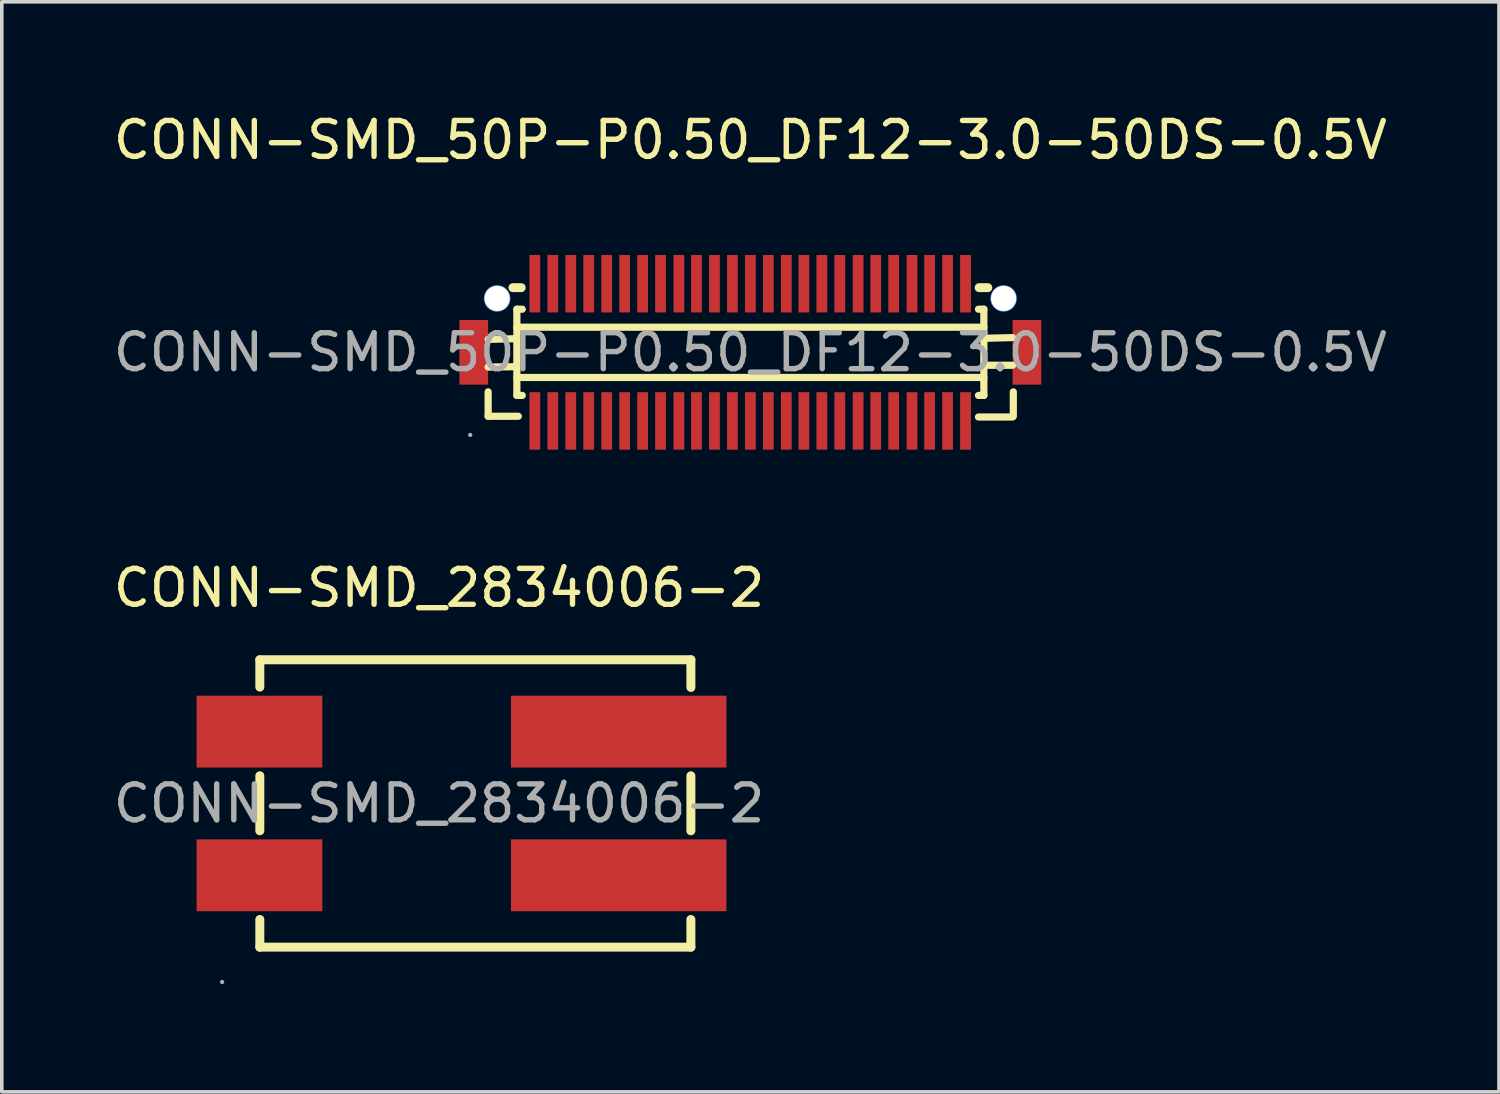
<source format=kicad_pcb>
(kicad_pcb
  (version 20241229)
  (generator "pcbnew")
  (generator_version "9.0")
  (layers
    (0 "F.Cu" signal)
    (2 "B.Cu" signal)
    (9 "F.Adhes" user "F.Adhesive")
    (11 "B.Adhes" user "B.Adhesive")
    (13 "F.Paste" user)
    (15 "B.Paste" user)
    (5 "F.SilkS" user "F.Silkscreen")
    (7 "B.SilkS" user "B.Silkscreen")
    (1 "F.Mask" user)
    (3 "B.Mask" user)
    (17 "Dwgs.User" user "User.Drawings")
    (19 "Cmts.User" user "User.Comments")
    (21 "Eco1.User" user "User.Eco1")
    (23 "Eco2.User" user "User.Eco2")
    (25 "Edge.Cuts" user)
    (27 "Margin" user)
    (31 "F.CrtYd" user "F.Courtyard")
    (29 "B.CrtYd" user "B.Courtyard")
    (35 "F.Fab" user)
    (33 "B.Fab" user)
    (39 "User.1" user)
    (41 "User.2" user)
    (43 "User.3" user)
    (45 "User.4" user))
  (footprint "CONN-SMD_2834006-2"
    (layer "F.Cu")
    (at 9.173 19.317)
    (property "Reference" "CONN-SMD_2834006-2" (at 0 -6 0) (layer "F.SilkS") (effects (font (size 1 1) (thickness 0.15))))
    (attr through_hole)
    (fp_line (start -4.99 -4) (end 7.01 -4) (stroke (width 0.25) (type solid)) (layer "F.SilkS"))
    (fp_line (start -4.99 -3.24) (end -4.99 -4) (stroke (width 0.25) (type solid)) (layer "F.SilkS"))
    (fp_line (start -4.99 0.76) (end -4.99 -0.77) (stroke (width 0.25) (type solid)) (layer "F.SilkS"))
    (fp_line (start -4.99 4) (end -4.99 3.23) (stroke (width 0.25) (type solid)) (layer "F.SilkS"))
    (fp_line (start 7.01 -4) (end 7.01 -3.23) (stroke (width 0.25) (type solid)) (layer "F.SilkS"))
    (fp_line (start 7.01 -0.77) (end 7.01 0.76) (stroke (width 0.25) (type solid)) (layer "F.SilkS"))
    (fp_line (start 7.01 3.23) (end 7.01 4) (stroke (width 0.25) (type solid)) (layer "F.SilkS"))
    (fp_line (start 7.01 4) (end -4.99 4) (stroke (width 0.25) (type solid)) (layer "F.SilkS"))
    (fp_circle (center -6.04 4.97) (end -6.01 4.97) (stroke (width 0.06) (type solid)) (fill no) (layer "F.Fab"))
    (fp_text user "${REFERENCE}" (at 0 0 0) (layer "F.Fab") (effects (font (size 1 1) (thickness 0.15))))
    (pad "1" smd rect (at -5 2 270) (size 2 3.5) (layers "F.Cu" "F.Mask" "F.Paste"))
    (pad "1" smd rect (at 5 2 270) (size 2 6) (layers "F.Cu" "F.Mask" "F.Paste"))
    (pad "2" smd rect (at -5 -2 270) (size 2 3.5) (layers "F.Cu" "F.Mask" "F.Paste"))
    (pad "2" smd rect (at 5 -2 270) (size 2 6) (layers "F.Cu" "F.Mask" "F.Paste")))
  (footprint "CONN-SMD_50P-P0.50_DF12-3.0-50DS-0.5V"
    (layer "F.Cu")
    (at 17.839 6.758)
    (property "Reference" "CONN-SMD_50P-P0.50_DF12-3.0-50DS-0.5V" (at 0 -5.91 0) (layer "F.SilkS") (effects (font (size 1 1) (thickness 0.15))))
    (attr through_hole)
    (fp_line (start -7.3 1.78) (end -7.3 1.1) (stroke (width 0.2) (type solid)) (layer "F.SilkS"))
    (fp_line (start -7.3 1.78) (end -6.46 1.78) (stroke (width 0.2) (type solid)) (layer "F.SilkS"))
    (fp_line (start -6.61 -1.8) (end -6.38 -1.8) (stroke (width 0.25) (type solid)) (layer "F.SilkS"))
    (fp_line (start -6.5 -1.2) (end -6.35 -1.2) (stroke (width 0.2) (type solid)) (layer "F.SilkS"))
    (fp_line (start -6.5 -0.7) (end 6.5 -0.7) (stroke (width 0.2) (type solid)) (layer "F.SilkS"))
    (fp_line (start -6.5 -0.38) (end -7.3 -0.36) (stroke (width 0.2) (type solid)) (layer "F.SilkS"))
    (fp_line (start -6.5 0.4) (end -7.3 0.41) (stroke (width 0.2) (type solid)) (layer "F.SilkS"))
    (fp_line (start -6.5 0.7) (end 6.5 0.7) (stroke (width 0.2) (type solid)) (layer "F.SilkS"))
    (fp_line (start -6.5 1.2) (end -6.5 -1.2) (stroke (width 0.2) (type solid)) (layer "F.SilkS"))
    (fp_line (start -6.5 1.2) (end -6.35 1.2) (stroke (width 0.2) (type solid)) (layer "F.SilkS"))
    (fp_line (start 6.35 -1.2) (end 6.5 -1.2) (stroke (width 0.2) (type solid)) (layer "F.SilkS"))
    (fp_line (start 6.35 1.2) (end 6.5 1.2) (stroke (width 0.2) (type solid)) (layer "F.SilkS"))
    (fp_line (start 6.35 1.8) (end 7.3 1.8) (stroke (width 0.2) (type solid)) (layer "F.SilkS"))
    (fp_line (start 6.37 -1.8) (end 6.61 -1.8) (stroke (width 0.25) (type solid)) (layer "F.SilkS"))
    (fp_line (start 6.5 -1.2) (end 6.5 1.2) (stroke (width 0.2) (type solid)) (layer "F.SilkS"))
    (fp_line (start 6.5 -0.39) (end 7.3 -0.41) (stroke (width 0.2) (type solid)) (layer "F.SilkS"))
    (fp_line (start 6.5 0.36) (end 7.3 0.36) (stroke (width 0.2) (type solid)) (layer "F.SilkS"))
    (fp_line (start 7.32 1.78) (end 7.32 1.1) (stroke (width 0.2) (type solid)) (layer "F.SilkS"))
    (fp_circle (center -7.05 -1.5) (end -6.93 -1.5) (stroke (width 0.25) (type solid)) (fill no) (layer "Cmts.User"))
    (fp_circle (center 7.05 -1.5) (end 7.17 -1.5) (stroke (width 0.25) (type solid)) (fill no) (layer "Cmts.User"))
    (fp_circle (center -7.8 2.3) (end -7.77 2.3) (stroke (width 0.06) (type solid)) (fill no) (layer "F.Fab"))
    (fp_text user "${REFERENCE}" (at 0 0 0) (layer "F.Fab") (effects (font (size 1 1) (thickness 0.15))))
    (pad "" thru_hole circle (at -7.05 -1.5) (size 0.7 0.7) (drill 0.7) (layers "*.Cu" "*.Mask"))
    (pad "" thru_hole circle (at 7.05 -1.5) (size 0.7 0.7) (drill 0.7) (layers "*.Cu" "*.Mask"))
    (pad "1" smd rect (at -6 1.91) (size 0.3 1.6) (layers "F.Cu" "F.Mask" "F.Paste"))
    (pad "2" smd rect (at -5.5 1.91) (size 0.3 1.6) (layers "F.Cu" "F.Mask" "F.Paste"))
    (pad "3" smd rect (at -5 1.91) (size 0.3 1.6) (layers "F.Cu" "F.Mask" "F.Paste"))
    (pad "4" smd rect (at -4.5 1.91) (size 0.3 1.6) (layers "F.Cu" "F.Mask" "F.Paste"))
    (pad "5" smd rect (at -4 1.91) (size 0.3 1.6) (layers "F.Cu" "F.Mask" "F.Paste"))
    (pad "6" smd rect (at -3.5 1.91) (size 0.3 1.6) (layers "F.Cu" "F.Mask" "F.Paste"))
    (pad "7" smd rect (at -3 1.91) (size 0.3 1.6) (layers "F.Cu" "F.Mask" "F.Paste"))
    (pad "8" smd rect (at -2.5 1.91) (size 0.3 1.6) (layers "F.Cu" "F.Mask" "F.Paste"))
    (pad "9" smd rect (at -1.99 1.91) (size 0.3 1.6) (layers "F.Cu" "F.Mask" "F.Paste"))
    (pad "10" smd rect (at -1.5 1.91) (size 0.3 1.6) (layers "F.Cu" "F.Mask" "F.Paste"))
    (pad "11" smd rect (at -1 1.91) (size 0.3 1.6) (layers "F.Cu" "F.Mask" "F.Paste"))
    (pad "12" smd rect (at -0.5 1.91) (size 0.3 1.6) (layers "F.Cu" "F.Mask" "F.Paste"))
    (pad "13" smd rect (at 0 1.91) (size 0.3 1.6) (layers "F.Cu" "F.Mask" "F.Paste"))
    (pad "14" smd rect (at 0.5 1.91) (size 0.3 1.6) (layers "F.Cu" "F.Mask" "F.Paste"))
    (pad "15" smd rect (at 1 1.91) (size 0.3 1.6) (layers "F.Cu" "F.Mask" "F.Paste"))
    (pad "16" smd rect (at 1.49 1.91) (size 0.3 1.6) (layers "F.Cu" "F.Mask" "F.Paste"))
    (pad "17" smd rect (at 1.99 1.91) (size 0.3 1.6) (layers "F.Cu" "F.Mask" "F.Paste"))
    (pad "18" smd rect (at 2.49 1.91) (size 0.3 1.6) (layers "F.Cu" "F.Mask" "F.Paste"))
    (pad "19" smd rect (at 3 1.91) (size 0.3 1.6) (layers "F.Cu" "F.Mask" "F.Paste"))
    (pad "20" smd rect (at 3.49 1.91) (size 0.3 1.6) (layers "F.Cu" "F.Mask" "F.Paste"))
    (pad "21" smd rect (at 3.99 1.91) (size 0.3 1.6) (layers "F.Cu" "F.Mask" "F.Paste"))
    (pad "22" smd rect (at 4.5 1.91) (size 0.3 1.6) (layers "F.Cu" "F.Mask" "F.Paste"))
    (pad "23" smd rect (at 4.99 1.91) (size 0.3 1.6) (layers "F.Cu" "F.Mask" "F.Paste"))
    (pad "24" smd rect (at 5.49 1.91) (size 0.3 1.6) (layers "F.Cu" "F.Mask" "F.Paste"))
    (pad "25" smd rect (at 5.99 1.91) (size 0.3 1.6) (layers "F.Cu" "F.Mask" "F.Paste"))
    (pad "26" smd rect (at 5.99 -1.91) (size 0.3 1.6) (layers "F.Cu" "F.Mask" "F.Paste"))
    (pad "27" smd rect (at 5.49 -1.91) (size 0.3 1.6) (layers "F.Cu" "F.Mask" "F.Paste"))
    (pad "28" smd rect (at 4.99 -1.91) (size 0.3 1.6) (layers "F.Cu" "F.Mask" "F.Paste"))
    (pad "29" smd rect (at 4.5 -1.91) (size 0.3 1.6) (layers "F.Cu" "F.Mask" "F.Paste"))
    (pad "30" smd rect (at 3.99 -1.91) (size 0.3 1.6) (layers "F.Cu" "F.Mask" "F.Paste"))
    (pad "31" smd rect (at 3.49 -1.91) (size 0.3 1.6) (layers "F.Cu" "F.Mask" "F.Paste"))
    (pad "32" smd rect (at 3 -1.91) (size 0.3 1.6) (layers "F.Cu" "F.Mask" "F.Paste"))
    (pad "33" smd rect (at 2.49 -1.91) (size 0.3 1.6) (layers "F.Cu" "F.Mask" "F.Paste"))
    (pad "34" smd rect (at 1.99 -1.91) (size 0.3 1.6) (layers "F.Cu" "F.Mask" "F.Paste"))
    (pad "35" smd rect (at 1.49 -1.91) (size 0.3 1.6) (layers "F.Cu" "F.Mask" "F.Paste"))
    (pad "36" smd rect (at 1 -1.91) (size 0.3 1.6) (layers "F.Cu" "F.Mask" "F.Paste"))
    (pad "37" smd rect (at 0.5 -1.91) (size 0.3 1.6) (layers "F.Cu" "F.Mask" "F.Paste"))
    (pad "38" smd rect (at 0 -1.91) (size 0.3 1.6) (layers "F.Cu" "F.Mask" "F.Paste"))
    (pad "39" smd rect (at -0.5 -1.91) (size 0.3 1.6) (layers "F.Cu" "F.Mask" "F.Paste"))
    (pad "40" smd rect (at -1 -1.91) (size 0.3 1.6) (layers "F.Cu" "F.Mask" "F.Paste"))
    (pad "41" smd rect (at -1.5 -1.91) (size 0.3 1.6) (layers "F.Cu" "F.Mask" "F.Paste"))
    (pad "42" smd rect (at -1.99 -1.91) (size 0.3 1.6) (layers "F.Cu" "F.Mask" "F.Paste"))
    (pad "43" smd rect (at -2.5 -1.91) (size 0.3 1.6) (layers "F.Cu" "F.Mask" "F.Paste"))
    (pad "44" smd rect (at -3 -1.91) (size 0.3 1.6) (layers "F.Cu" "F.Mask" "F.Paste"))
    (pad "45" smd rect (at -3.5 -1.91) (size 0.3 1.6) (layers "F.Cu" "F.Mask" "F.Paste"))
    (pad "46" smd rect (at -4 -1.91) (size 0.3 1.6) (layers "F.Cu" "F.Mask" "F.Paste"))
    (pad "47" smd rect (at -4.5 -1.91) (size 0.3 1.6) (layers "F.Cu" "F.Mask" "F.Paste"))
    (pad "48" smd rect (at -5 -1.91) (size 0.3 1.6) (layers "F.Cu" "F.Mask" "F.Paste"))
    (pad "49" smd rect (at -5.5 -1.91) (size 0.3 1.6) (layers "F.Cu" "F.Mask" "F.Paste"))
    (pad "50" smd rect (at -6 -1.91) (size 0.3 1.6) (layers "F.Cu" "F.Mask" "F.Paste"))
    (pad "51" smd rect (at -7.7 0) (size 0.8 1.8) (layers "F.Cu" "F.Mask" "F.Paste"))
    (pad "52" smd rect (at 7.7 0) (size 0.8 1.8) (layers "F.Cu" "F.Mask" "F.Paste")))
  (gr_rect
    (start -3 -3)
    (end 38.679 27.346)
    (stroke (width 0.1) (type default))
    (fill no)
    (layer "Edge.Cuts")))
</source>
